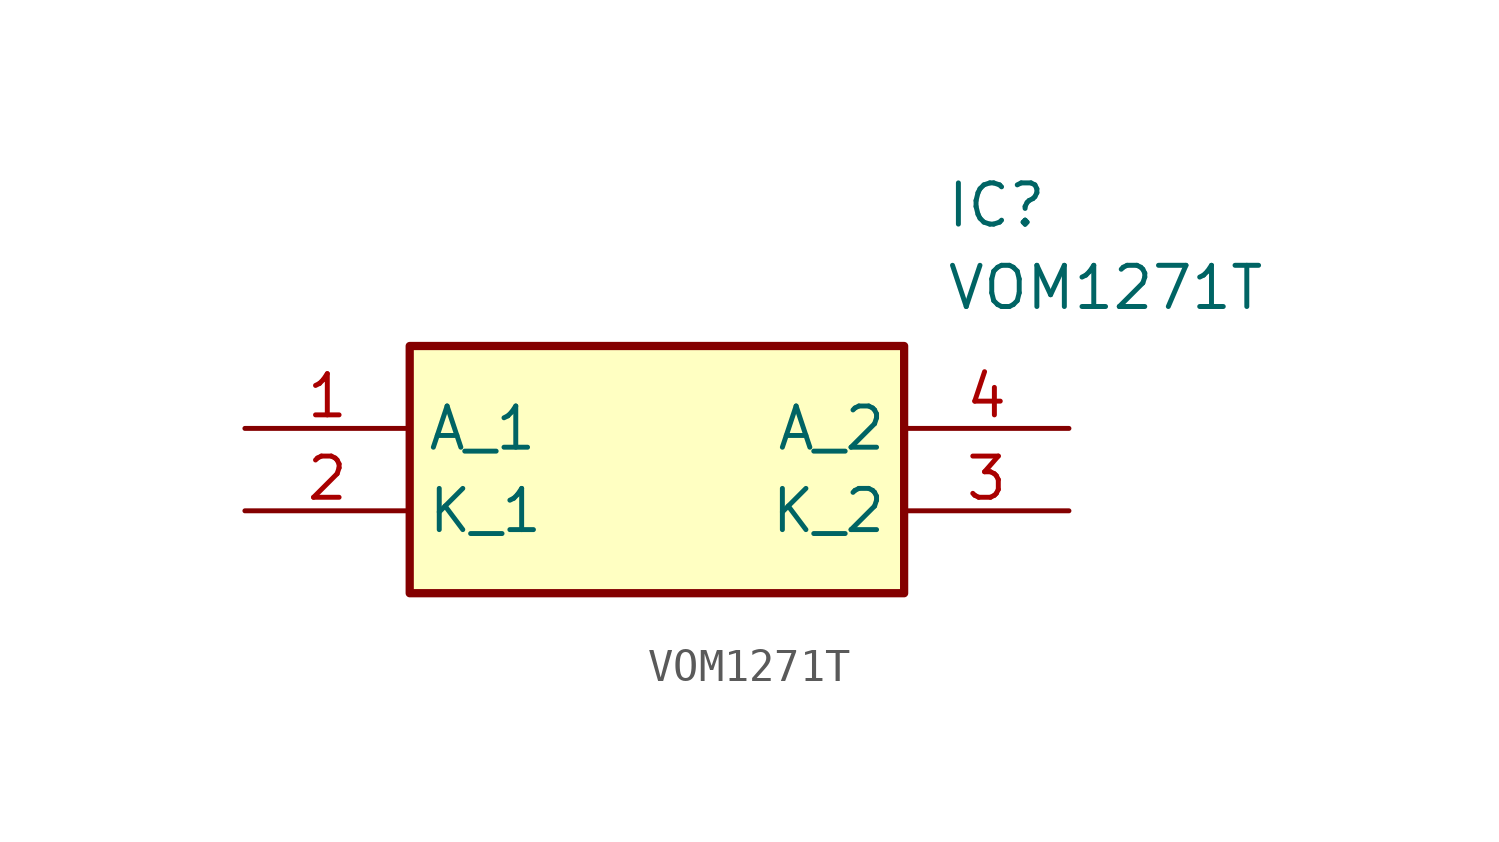
<source format=kicad_sym>
(kicad_symbol_lib
  (version 20211014)
  (generator SamacSys_ECAD_Model)
  (symbol "VOM1271T"
    (property "Reference" "IC"
      (at 21.59 7.62 0)
      (effects (font (size 1.27 1.27)) (justify left top)))
    (property "Value" "VOM1271T"
      (at 21.59 5.08 0)
      (effects (font (size 1.27 1.27)) (justify left top)))
    (rectangle
      (start 5.08 2.54)
      (end 20.32 -5.08)
      (stroke (width 0.254) (type default))
      (fill (type background)))
    (pin passive line
      (at 0 0 0)
      (length 5.08)
      (name "A_1" (effects (font (size 1.27 1.27))))
      (number "1" (effects (font (size 1.27 1.27)))))
    (pin passive line
      (at 0 -2.54 0)
      (length 5.08)
      (name "K_1" (effects (font (size 1.27 1.27))))
      (number "2" (effects (font (size 1.27 1.27)))))
    (pin passive line
      (at 25.4 0 180)
      (length 5.08)
      (name "A_2" (effects (font (size 1.27 1.27))))
      (number "4" (effects (font (size 1.27 1.27)))))
    (pin passive line
      (at 25.4 -2.54 180)
      (length 5.08)
      (name "K_2" (effects (font (size 1.27 1.27))))
      (number "3" (effects (font (size 1.27 1.27)))))))
</source>
